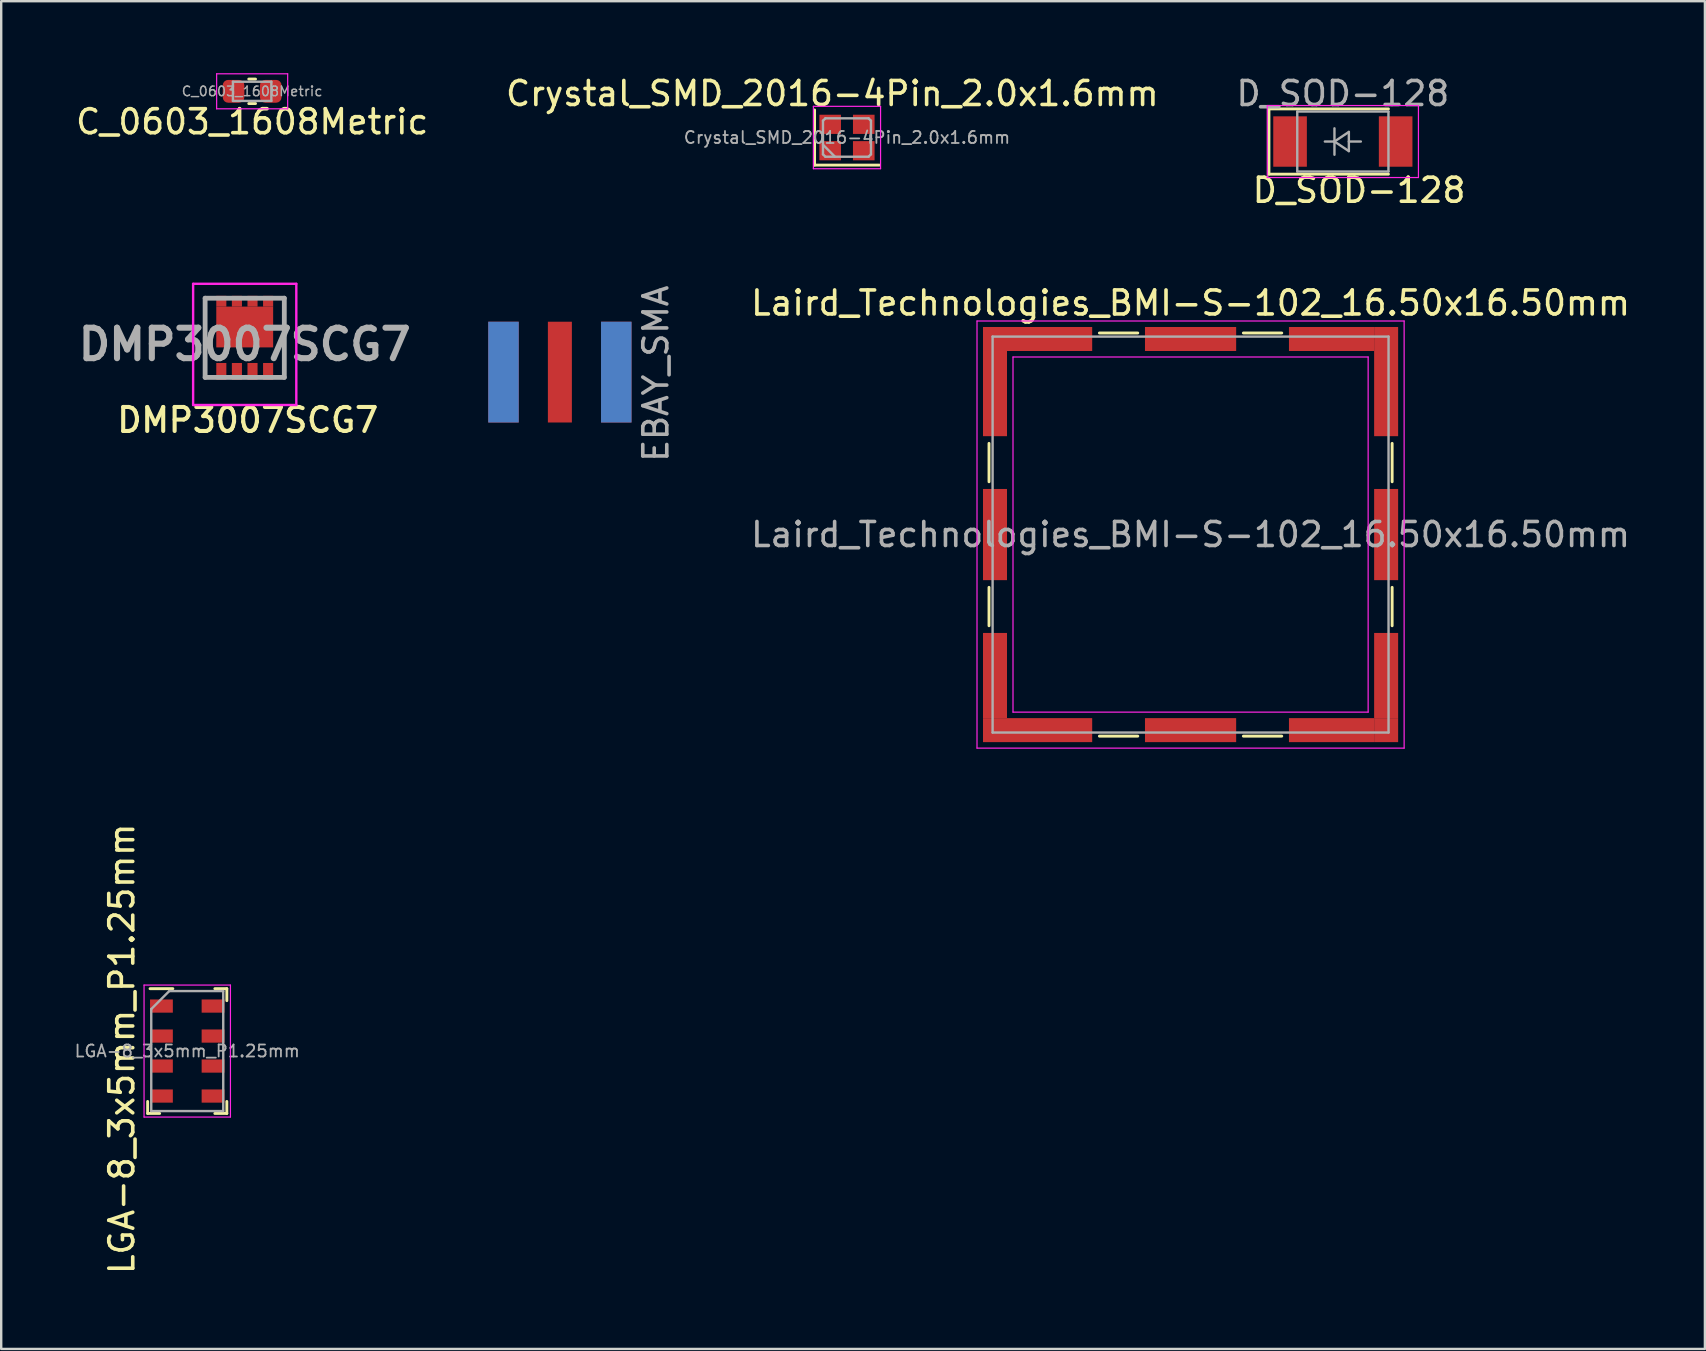
<source format=kicad_pcb>
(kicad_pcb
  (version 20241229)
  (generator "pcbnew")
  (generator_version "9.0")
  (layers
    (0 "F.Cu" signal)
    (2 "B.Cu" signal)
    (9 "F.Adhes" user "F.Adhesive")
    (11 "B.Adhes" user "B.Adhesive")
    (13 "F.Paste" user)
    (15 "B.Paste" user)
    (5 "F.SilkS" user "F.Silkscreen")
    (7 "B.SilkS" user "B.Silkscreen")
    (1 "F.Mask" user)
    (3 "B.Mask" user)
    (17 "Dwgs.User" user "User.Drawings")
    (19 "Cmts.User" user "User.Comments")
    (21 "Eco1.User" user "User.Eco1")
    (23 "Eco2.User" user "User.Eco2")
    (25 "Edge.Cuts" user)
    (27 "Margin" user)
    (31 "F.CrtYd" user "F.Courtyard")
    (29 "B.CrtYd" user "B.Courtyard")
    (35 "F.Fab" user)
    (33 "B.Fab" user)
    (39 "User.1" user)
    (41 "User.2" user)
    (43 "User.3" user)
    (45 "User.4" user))
  (footprint "DMP3007SCG7"
    (layer "F.Cu")
    (at 7.148 11.027)
    (property "Reference" "DMP3007SCG7" (at 0.127 3.429 180) (layer "F.SilkS") (effects (font (size 1 1) (thickness 0.17))))
    (attr smd)
    (fp_line (start -1.65 -1.65) (end -1.65 1.65) (stroke (width 0.1) (type solid)) (layer "F.SilkS"))
    (fp_line (start 1.65 -1.65) (end 1.65 1.65) (stroke (width 0.1) (type solid)) (layer "F.SilkS"))
    (fp_line (start -2.15 -2.249) (end 2.15 -2.249) (stroke (width 0.1) (type solid)) (layer "F.CrtYd"))
    (fp_line (start -2.15 2.8) (end -2.15 -2.249) (stroke (width 0.1) (type solid)) (layer "F.CrtYd"))
    (fp_line (start 2.15 -2.249) (end 2.15 2.8) (stroke (width 0.1) (type solid)) (layer "F.CrtYd"))
    (fp_line (start 2.15 2.8) (end -2.15 2.8) (stroke (width 0.1) (type solid)) (layer "F.CrtYd"))
    (fp_line (start -1.65 -1.65) (end 1.65 -1.65) (stroke (width 0.2) (type solid)) (layer "F.Fab"))
    (fp_line (start -1.65 1.65) (end -1.65 -1.65) (stroke (width 0.2) (type solid)) (layer "F.Fab"))
    (fp_line (start 1.65 -1.65) (end 1.65 1.65) (stroke (width 0.2) (type solid)) (layer "F.Fab"))
    (fp_line (start 1.65 1.65) (end -1.65 1.65) (stroke (width 0.2) (type solid)) (layer "F.Fab"))
    (fp_text user "${REFERENCE}" (at 0 0.275 180) (layer "F.Fab") (effects (font (size 1.27 1.27) (thickness 0.254))))
    (pad "1" smd rect (at 0.975 1.4) (size 0.42 0.7) (layers "F.Cu" "F.Mask" "F.Paste"))
    (pad "2" smd rect (at -0.975 -1.524) (size 0.42 0.45) (layers "F.Cu" "F.Mask" "F.Paste"))
    (pad "2" smd rect (at -0.325 -1.524) (size 0.42 0.45) (layers "F.Cu" "F.Mask" "F.Paste"))
    (pad "2" smd rect (at 0 -0.45 90) (size 1.7 2.37) (layers "F.Cu" "F.Mask" "F.Paste"))
    (pad "2" smd rect (at 0.325 -1.524) (size 0.42 0.45) (layers "F.Cu" "F.Mask" "F.Paste"))
    (pad "2" smd rect (at 0.975 -1.524) (size 0.42 0.45) (layers "F.Cu" "F.Mask" "F.Paste"))
    (pad "3" smd rect (at -0.975 1.4) (size 0.42 0.7) (layers "F.Cu" "F.Mask" "F.Paste"))
    (pad "3" smd rect (at -0.325 1.4) (size 0.42 0.7) (layers "F.Cu" "F.Mask" "F.Paste"))
    (pad "3" smd rect (at 0.325 1.4) (size 0.42 0.7) (layers "F.Cu" "F.Mask" "F.Paste")))
  (footprint "Laird_Technologies_BMI-S-102_16.50x16.50mm"
    (layer "F.Cu")
    (at 46.565 19.227)
    (property "Reference" "Laird_Technologies_BMI-S-102_16.50x16.50mm" (at 0 -9.65 0) (layer "F.SilkS") (effects (font (size 1 1) (thickness 0.15))))
    (attr smd)
    (fp_line (start -8.4 -3.8) (end -8.4 -2.2) (stroke (width 0.12) (type solid)) (layer "F.SilkS"))
    (fp_line (start -8.4 2.2) (end -8.4 3.8) (stroke (width 0.12) (type solid)) (layer "F.SilkS"))
    (fp_line (start -3.8 -8.4) (end -2.2 -8.4) (stroke (width 0.12) (type solid)) (layer "F.SilkS"))
    (fp_line (start -3.8 8.4) (end -2.2 8.4) (stroke (width 0.12) (type solid)) (layer "F.SilkS"))
    (fp_line (start 2.2 -8.4) (end 3.8 -8.4) (stroke (width 0.12) (type solid)) (layer "F.SilkS"))
    (fp_line (start 2.2 8.4) (end 3.8 8.4) (stroke (width 0.12) (type solid)) (layer "F.SilkS"))
    (fp_line (start 8.4 -3.8) (end 8.4 -2.2) (stroke (width 0.12) (type solid)) (layer "F.SilkS"))
    (fp_line (start 8.4 2.2) (end 8.4 3.8) (stroke (width 0.12) (type solid)) (layer "F.SilkS"))
    (fp_line (start -8.9 -8.9) (end -8.9 8.9) (stroke (width 0.05) (type solid)) (layer "F.CrtYd"))
    (fp_line (start -8.9 8.9) (end 8.9 8.9) (stroke (width 0.05) (type solid)) (layer "F.CrtYd"))
    (fp_line (start -7.4 -7.4) (end -7.4 7.4) (stroke (width 0.05) (type solid)) (layer "F.CrtYd"))
    (fp_line (start 7.4 -7.4) (end -7.4 -7.4) (stroke (width 0.05) (type solid)) (layer "F.CrtYd"))
    (fp_line (start 7.4 -7.4) (end 7.4 7.4) (stroke (width 0.05) (type solid)) (layer "F.CrtYd"))
    (fp_line (start 7.4 7.4) (end -7.4 7.4) (stroke (width 0.05) (type solid)) (layer "F.CrtYd"))
    (fp_line (start 8.9 -8.9) (end -8.9 -8.9) (stroke (width 0.05) (type solid)) (layer "F.CrtYd"))
    (fp_line (start 8.9 8.9) (end 8.9 -8.9) (stroke (width 0.05) (type solid)) (layer "F.CrtYd"))
    (fp_line (start -8.25 -8.25) (end -8.25 8.25) (stroke (width 0.1) (type solid)) (layer "F.Fab"))
    (fp_line (start -8.25 8.25) (end 8.25 8.25) (stroke (width 0.1) (type solid)) (layer "F.Fab"))
    (fp_line (start 8.25 -8.25) (end -8.25 -8.25) (stroke (width 0.1) (type solid)) (layer "F.Fab"))
    (fp_line (start 8.25 8.25) (end 8.25 -8.25) (stroke (width 0.1) (type solid)) (layer "F.Fab"))
    (fp_text user "${REFERENCE}" (at 0 0 0) (layer "F.Fab") (effects (font (size 1 1) (thickness 0.15))))
    (pad "1" smd rect (at -8.15 -8.15) (size 1 1) (layers "F.Cu" "F.Mask" "F.Paste"))
    (pad "1" smd rect (at -8.15 -5.875) (size 1 3.55) (layers "F.Cu" "F.Mask" "F.Paste"))
    (pad "1" smd rect (at -8.15 0) (size 1 3.8) (layers "F.Cu" "F.Mask" "F.Paste"))
    (pad "1" smd rect (at -8.15 5.875) (size 1 3.55) (layers "F.Cu" "F.Mask" "F.Paste"))
    (pad "1" smd rect (at -8.15 8.15) (size 1 1) (layers "F.Cu" "F.Mask" "F.Paste"))
    (pad "1" smd rect (at -5.875 -8.15) (size 3.55 1) (layers "F.Cu" "F.Mask" "F.Paste"))
    (pad "1" smd rect (at -5.875 8.15) (size 3.55 1) (layers "F.Cu" "F.Mask" "F.Paste"))
    (pad "1" smd rect (at 0 -8.15) (size 3.8 1) (layers "F.Cu" "F.Mask" "F.Paste"))
    (pad "1" smd rect (at 0 8.15) (size 3.8 1) (layers "F.Cu" "F.Mask" "F.Paste"))
    (pad "1" smd rect (at 5.875 -8.15) (size 3.55 1) (layers "F.Cu" "F.Mask" "F.Paste"))
    (pad "1" smd rect (at 5.875 8.15) (size 3.55 1) (layers "F.Cu" "F.Mask" "F.Paste"))
    (pad "1" smd rect (at 8.15 -8.15) (size 1 1) (layers "F.Cu" "F.Mask" "F.Paste"))
    (pad "1" smd rect (at 8.15 -5.875) (size 1 3.55) (layers "F.Cu" "F.Mask" "F.Paste"))
    (pad "1" smd rect (at 8.15 0) (size 1 3.8) (layers "F.Cu" "F.Mask" "F.Paste"))
    (pad "1" smd rect (at 8.15 5.875) (size 1 3.55) (layers "F.Cu" "F.Mask" "F.Paste"))
    (pad "1" smd rect (at 8.15 8.15) (size 1 1) (layers "F.Cu" "F.Mask" "F.Paste")))
  (footprint "D_SOD-128"
    (layer "F.Cu")
    (at 52.911 2.848)
    (property "Reference" "D_SOD-128" (at 0.676 2.032 180) (layer "F.SilkS") (effects (font (size 1 1) (thickness 0.15))))
    (attr smd)
    (fp_line (start -3.08 -1.36) (end -3.08 1.36) (stroke (width 0.12) (type solid)) (layer "F.SilkS"))
    (fp_line (start -3.08 -1.36) (end 1.9 -1.36) (stroke (width 0.12) (type solid)) (layer "F.SilkS"))
    (fp_line (start -3.08 1.36) (end 1.9 1.36) (stroke (width 0.12) (type solid)) (layer "F.SilkS"))
    (fp_line (start -3.15 -1.5) (end -3.15 1.5) (stroke (width 0.05) (type solid)) (layer "F.CrtYd"))
    (fp_line (start -3.15 -1.5) (end 3.15 -1.5) (stroke (width 0.05) (type solid)) (layer "F.CrtYd"))
    (fp_line (start 3.15 -1.5) (end 3.15 1.5) (stroke (width 0.05) (type solid)) (layer "F.CrtYd"))
    (fp_line (start 3.15 1.5) (end -3.15 1.5) (stroke (width 0.05) (type solid)) (layer "F.CrtYd"))
    (fp_line (start -1.9 -1.25) (end 1.9 -1.25) (stroke (width 0.1) (type solid)) (layer "F.Fab"))
    (fp_line (start -1.9 1.25) (end -1.9 -1.25) (stroke (width 0.1) (type solid)) (layer "F.Fab"))
    (fp_line (start -0.75 0) (end -0.35 0) (stroke (width 0.1) (type solid)) (layer "F.Fab"))
    (fp_line (start -0.35 0) (end -0.35 -0.55) (stroke (width 0.1) (type solid)) (layer "F.Fab"))
    (fp_line (start -0.35 0) (end -0.35 0.55) (stroke (width 0.1) (type solid)) (layer "F.Fab"))
    (fp_line (start -0.35 0) (end 0.25 -0.4) (stroke (width 0.1) (type solid)) (layer "F.Fab"))
    (fp_line (start 0.25 -0.4) (end 0.25 0.4) (stroke (width 0.1) (type solid)) (layer "F.Fab"))
    (fp_line (start 0.25 0) (end 0.75 0) (stroke (width 0.1) (type solid)) (layer "F.Fab"))
    (fp_line (start 0.25 0.4) (end -0.35 0) (stroke (width 0.1) (type solid)) (layer "F.Fab"))
    (fp_line (start 1.9 -1.25) (end 1.9 1.25) (stroke (width 0.1) (type solid)) (layer "F.Fab"))
    (fp_line (start 1.9 1.25) (end -1.9 1.25) (stroke (width 0.1) (type solid)) (layer "F.Fab"))
    (fp_text user "${REFERENCE}" (at 0 -2 180) (layer "F.Fab") (effects (font (size 1 1) (thickness 0.15))))
    (pad "1" smd rect (at -2.2 0) (size 1.4 2.1) (layers "F.Cu" "F.Mask" "F.Paste"))
    (pad "2" smd rect (at 2.2 0) (size 1.4 2.1) (layers "F.Cu" "F.Mask" "F.Paste")))
  (footprint "C_0603_1608Metric"
    (layer "F.Cu")
    (at 7.458 0.755)
    (property "Reference" "C_0603_1608Metric" (at 0 1.27 180) (layer "F.SilkS") (effects (font (size 1 1) (thickness 0.15))))
    (attr smd)
    (fp_line (start -0.141 -0.51) (end 0.141 -0.51) (stroke (width 0.12) (type solid)) (layer "F.SilkS"))
    (fp_line (start -0.141 0.51) (end 0.141 0.51) (stroke (width 0.12) (type solid)) (layer "F.SilkS"))
    (fp_line (start -1.48 -0.73) (end 1.48 -0.73) (stroke (width 0.05) (type solid)) (layer "F.CrtYd"))
    (fp_line (start -1.48 0.73) (end -1.48 -0.73) (stroke (width 0.05) (type solid)) (layer "F.CrtYd"))
    (fp_line (start 1.48 -0.73) (end 1.48 0.73) (stroke (width 0.05) (type solid)) (layer "F.CrtYd"))
    (fp_line (start 1.48 0.73) (end -1.48 0.73) (stroke (width 0.05) (type solid)) (layer "F.CrtYd"))
    (fp_line (start -0.8 -0.4) (end 0.8 -0.4) (stroke (width 0.1) (type solid)) (layer "F.Fab"))
    (fp_line (start -0.8 0.4) (end -0.8 -0.4) (stroke (width 0.1) (type solid)) (layer "F.Fab"))
    (fp_line (start 0.8 -0.4) (end 0.8 0.4) (stroke (width 0.1) (type solid)) (layer "F.Fab"))
    (fp_line (start 0.8 0.4) (end -0.8 0.4) (stroke (width 0.1) (type solid)) (layer "F.Fab"))
    (fp_text user "${REFERENCE}" (at 0 0 180) (layer "F.Fab") (effects (font (size 0.4 0.4) (thickness 0.06))))
    (pad "1" smd roundrect (at -0.775 0) (size 0.9 0.95) (layers "F.Cu" "F.Mask" "F.Paste") (roundrect_rratio 0.25))
    (pad "2" smd roundrect (at 0.775 0) (size 0.9 0.95) (layers "F.Cu" "F.Mask" "F.Paste") (roundrect_rratio 0.25)))
  (footprint "EBAY_SMA"
    (layer "F.Cu")
    (at 20.282 12.457)
    (property "Reference" "EBAY_SMA" (at 4 0.064 90) (layer "F.Fab") (effects (font (size 1 1) (thickness 0.15))))
    (attr through_hole)
    (pad "1" smd rect (at 0 0) (size 1 4.2) (layers "F.Cu" "F.Mask" "F.Paste"))
    (pad "2" smd rect (at -2.35 0) (size 1.27 4.2) (layers "F.Cu" "F.Mask" "F.Paste"))
    (pad "2" smd rect (at -2.35 0) (size 1.27 4.2) (layers "B.Cu" "B.Mask" "B.Paste"))
    (pad "2" smd rect (at 2.35 0) (size 1.27 4.2) (layers "F.Cu" "F.Mask" "F.Paste"))
    (pad "2" smd rect (at 2.35 0) (size 1.27 4.2) (layers "B.Cu" "B.Mask" "B.Paste")))
  (footprint "LGA-8_3x5mm_P1.25mm"
    (layer "F.Cu")
    (at 4.753 40.751)
    (property "Reference" "LGA-8_3x5mm_P1.25mm" (at -2.726 -0.093 270) (layer "F.SilkS") (effects (font (size 1 1) (thickness 0.15))))
    (attr smd)
    (fp_line (start -1.65 2.6) (end -1.65 2.1) (stroke (width 0.12) (type solid)) (layer "F.SilkS"))
    (fp_line (start -1.55 -2.6) (end -0.6 -2.6) (stroke (width 0.12) (type solid)) (layer "F.SilkS"))
    (fp_line (start -1.15 2.6) (end -1.65 2.6) (stroke (width 0.12) (type solid)) (layer "F.SilkS"))
    (fp_line (start 1.15 -2.6) (end 1.65 -2.6) (stroke (width 0.12) (type solid)) (layer "F.SilkS"))
    (fp_line (start 1.65 -2.6) (end 1.65 -2.1) (stroke (width 0.12) (type solid)) (layer "F.SilkS"))
    (fp_line (start 1.65 2.1) (end 1.65 2.6) (stroke (width 0.12) (type solid)) (layer "F.SilkS"))
    (fp_line (start 1.65 2.6) (end 1.15 2.6) (stroke (width 0.12) (type solid)) (layer "F.SilkS"))
    (fp_line (start -1.8 -2.75) (end -1.8 2.75) (stroke (width 0.05) (type solid)) (layer "F.CrtYd"))
    (fp_line (start -1.8 -2.75) (end 1.8 -2.75) (stroke (width 0.05) (type solid)) (layer "F.CrtYd"))
    (fp_line (start 1.8 2.75) (end -1.8 2.75) (stroke (width 0.05) (type solid)) (layer "F.CrtYd"))
    (fp_line (start 1.8 2.75) (end 1.8 -2.75) (stroke (width 0.05) (type solid)) (layer "F.CrtYd"))
    (fp_line (start -1.5 -1.75) (end -0.75 -2.5) (stroke (width 0.1) (type solid)) (layer "F.Fab"))
    (fp_line (start -1.5 2.5) (end -1.5 -1.75) (stroke (width 0.1) (type solid)) (layer "F.Fab"))
    (fp_line (start -0.75 -2.5) (end 1.5 -2.5) (stroke (width 0.1) (type solid)) (layer "F.Fab"))
    (fp_line (start 1.5 -2.5) (end 1.5 2.5) (stroke (width 0.1) (type solid)) (layer "F.Fab"))
    (fp_line (start 1.5 2.5) (end -1.5 2.5) (stroke (width 0.1) (type solid)) (layer "F.Fab"))
    (fp_text user "${REFERENCE}" (at 0 0 180) (layer "F.Fab") (effects (font (size 0.5 0.5) (thickness 0.075))))
    (pad "1" smd rect (at -1.075 -1.875) (size 0.95 0.55) (layers "F.Cu" "F.Mask" "F.Paste"))
    (pad "2" smd rect (at -1.075 -0.625) (size 0.95 0.55) (layers "F.Cu" "F.Mask" "F.Paste"))
    (pad "3" smd rect (at -1.075 0.625) (size 0.95 0.55) (layers "F.Cu" "F.Mask" "F.Paste"))
    (pad "4" smd rect (at -1.075 1.875) (size 0.95 0.55) (layers "F.Cu" "F.Mask" "F.Paste"))
    (pad "5" smd rect (at 1.075 1.875) (size 0.95 0.55) (layers "F.Cu" "F.Mask" "F.Paste"))
    (pad "6" smd rect (at 1.075 0.625) (size 0.95 0.55) (layers "F.Cu" "F.Mask" "F.Paste"))
    (pad "7" smd rect (at 1.075 -0.625) (size 0.95 0.55) (layers "F.Cu" "F.Mask" "F.Paste"))
    (pad "8" smd rect (at 1.075 -1.875) (size 0.95 0.55) (layers "F.Cu" "F.Mask" "F.Paste")))
  (footprint "Crystal_SMD_2016-4Pin_2.0x1.6mm"
    (layer "F.Cu")
    (at 32.246 2.681)
    (property "Reference" "Crystal_SMD_2016-4Pin_2.0x1.6mm" (at -0.609 -1.833 180) (layer "F.SilkS") (effects (font (size 1 1) (thickness 0.15))))
    (attr smd)
    (fp_line (start -1.35 -1.15) (end -1.35 1.15) (stroke (width 0.12) (type solid)) (layer "F.SilkS"))
    (fp_line (start -1.35 1.15) (end 1.35 1.15) (stroke (width 0.12) (type solid)) (layer "F.SilkS"))
    (fp_line (start -1.4 -1.3) (end -1.4 1.3) (stroke (width 0.05) (type solid)) (layer "F.CrtYd"))
    (fp_line (start -1.4 1.3) (end 1.4 1.3) (stroke (width 0.05) (type solid)) (layer "F.CrtYd"))
    (fp_line (start 1.4 -1.3) (end -1.4 -1.3) (stroke (width 0.05) (type solid)) (layer "F.CrtYd"))
    (fp_line (start 1.4 1.3) (end 1.4 -1.3) (stroke (width 0.05) (type solid)) (layer "F.CrtYd"))
    (fp_line (start -1 -0.7) (end -0.9 -0.8) (stroke (width 0.1) (type solid)) (layer "F.Fab"))
    (fp_line (start -1 0.3) (end -0.5 0.8) (stroke (width 0.1) (type solid)) (layer "F.Fab"))
    (fp_line (start -1 0.7) (end -1 -0.7) (stroke (width 0.1) (type solid)) (layer "F.Fab"))
    (fp_line (start -0.9 -0.8) (end 0.9 -0.8) (stroke (width 0.1) (type solid)) (layer "F.Fab"))
    (fp_line (start -0.9 0.8) (end -1 0.7) (stroke (width 0.1) (type solid)) (layer "F.Fab"))
    (fp_line (start 0.9 -0.8) (end 1 -0.7) (stroke (width 0.1) (type solid)) (layer "F.Fab"))
    (fp_line (start 0.9 0.8) (end -0.9 0.8) (stroke (width 0.1) (type solid)) (layer "F.Fab"))
    (fp_line (start 1 -0.7) (end 1 0.7) (stroke (width 0.1) (type solid)) (layer "F.Fab"))
    (fp_line (start 1 0.7) (end 0.9 0.8) (stroke (width 0.1) (type solid)) (layer "F.Fab"))
    (fp_text user "${REFERENCE}" (at 0 0 180) (layer "F.Fab") (effects (font (size 0.5 0.5) (thickness 0.075))))
    (pad "1" smd rect (at -0.7 0.55) (size 0.9 0.8) (layers "F.Cu" "F.Mask" "F.Paste"))
    (pad "2" smd rect (at 0.7 0.55) (size 0.9 0.8) (layers "F.Cu" "F.Mask" "F.Paste"))
    (pad "3" smd rect (at 0.7 -0.55) (size 0.9 0.8) (layers "F.Cu" "F.Mask" "F.Paste"))
    (pad "4" smd rect (at -0.7 -0.55) (size 0.9 0.8) (layers "F.Cu" "F.Mask" "F.Paste")))
  (gr_rect
    (start -3 -3)
    (end 67.999 53.164)
    (stroke (width 0.1) (type default))
    (fill no)
    (layer "Edge.Cuts")))
</source>
